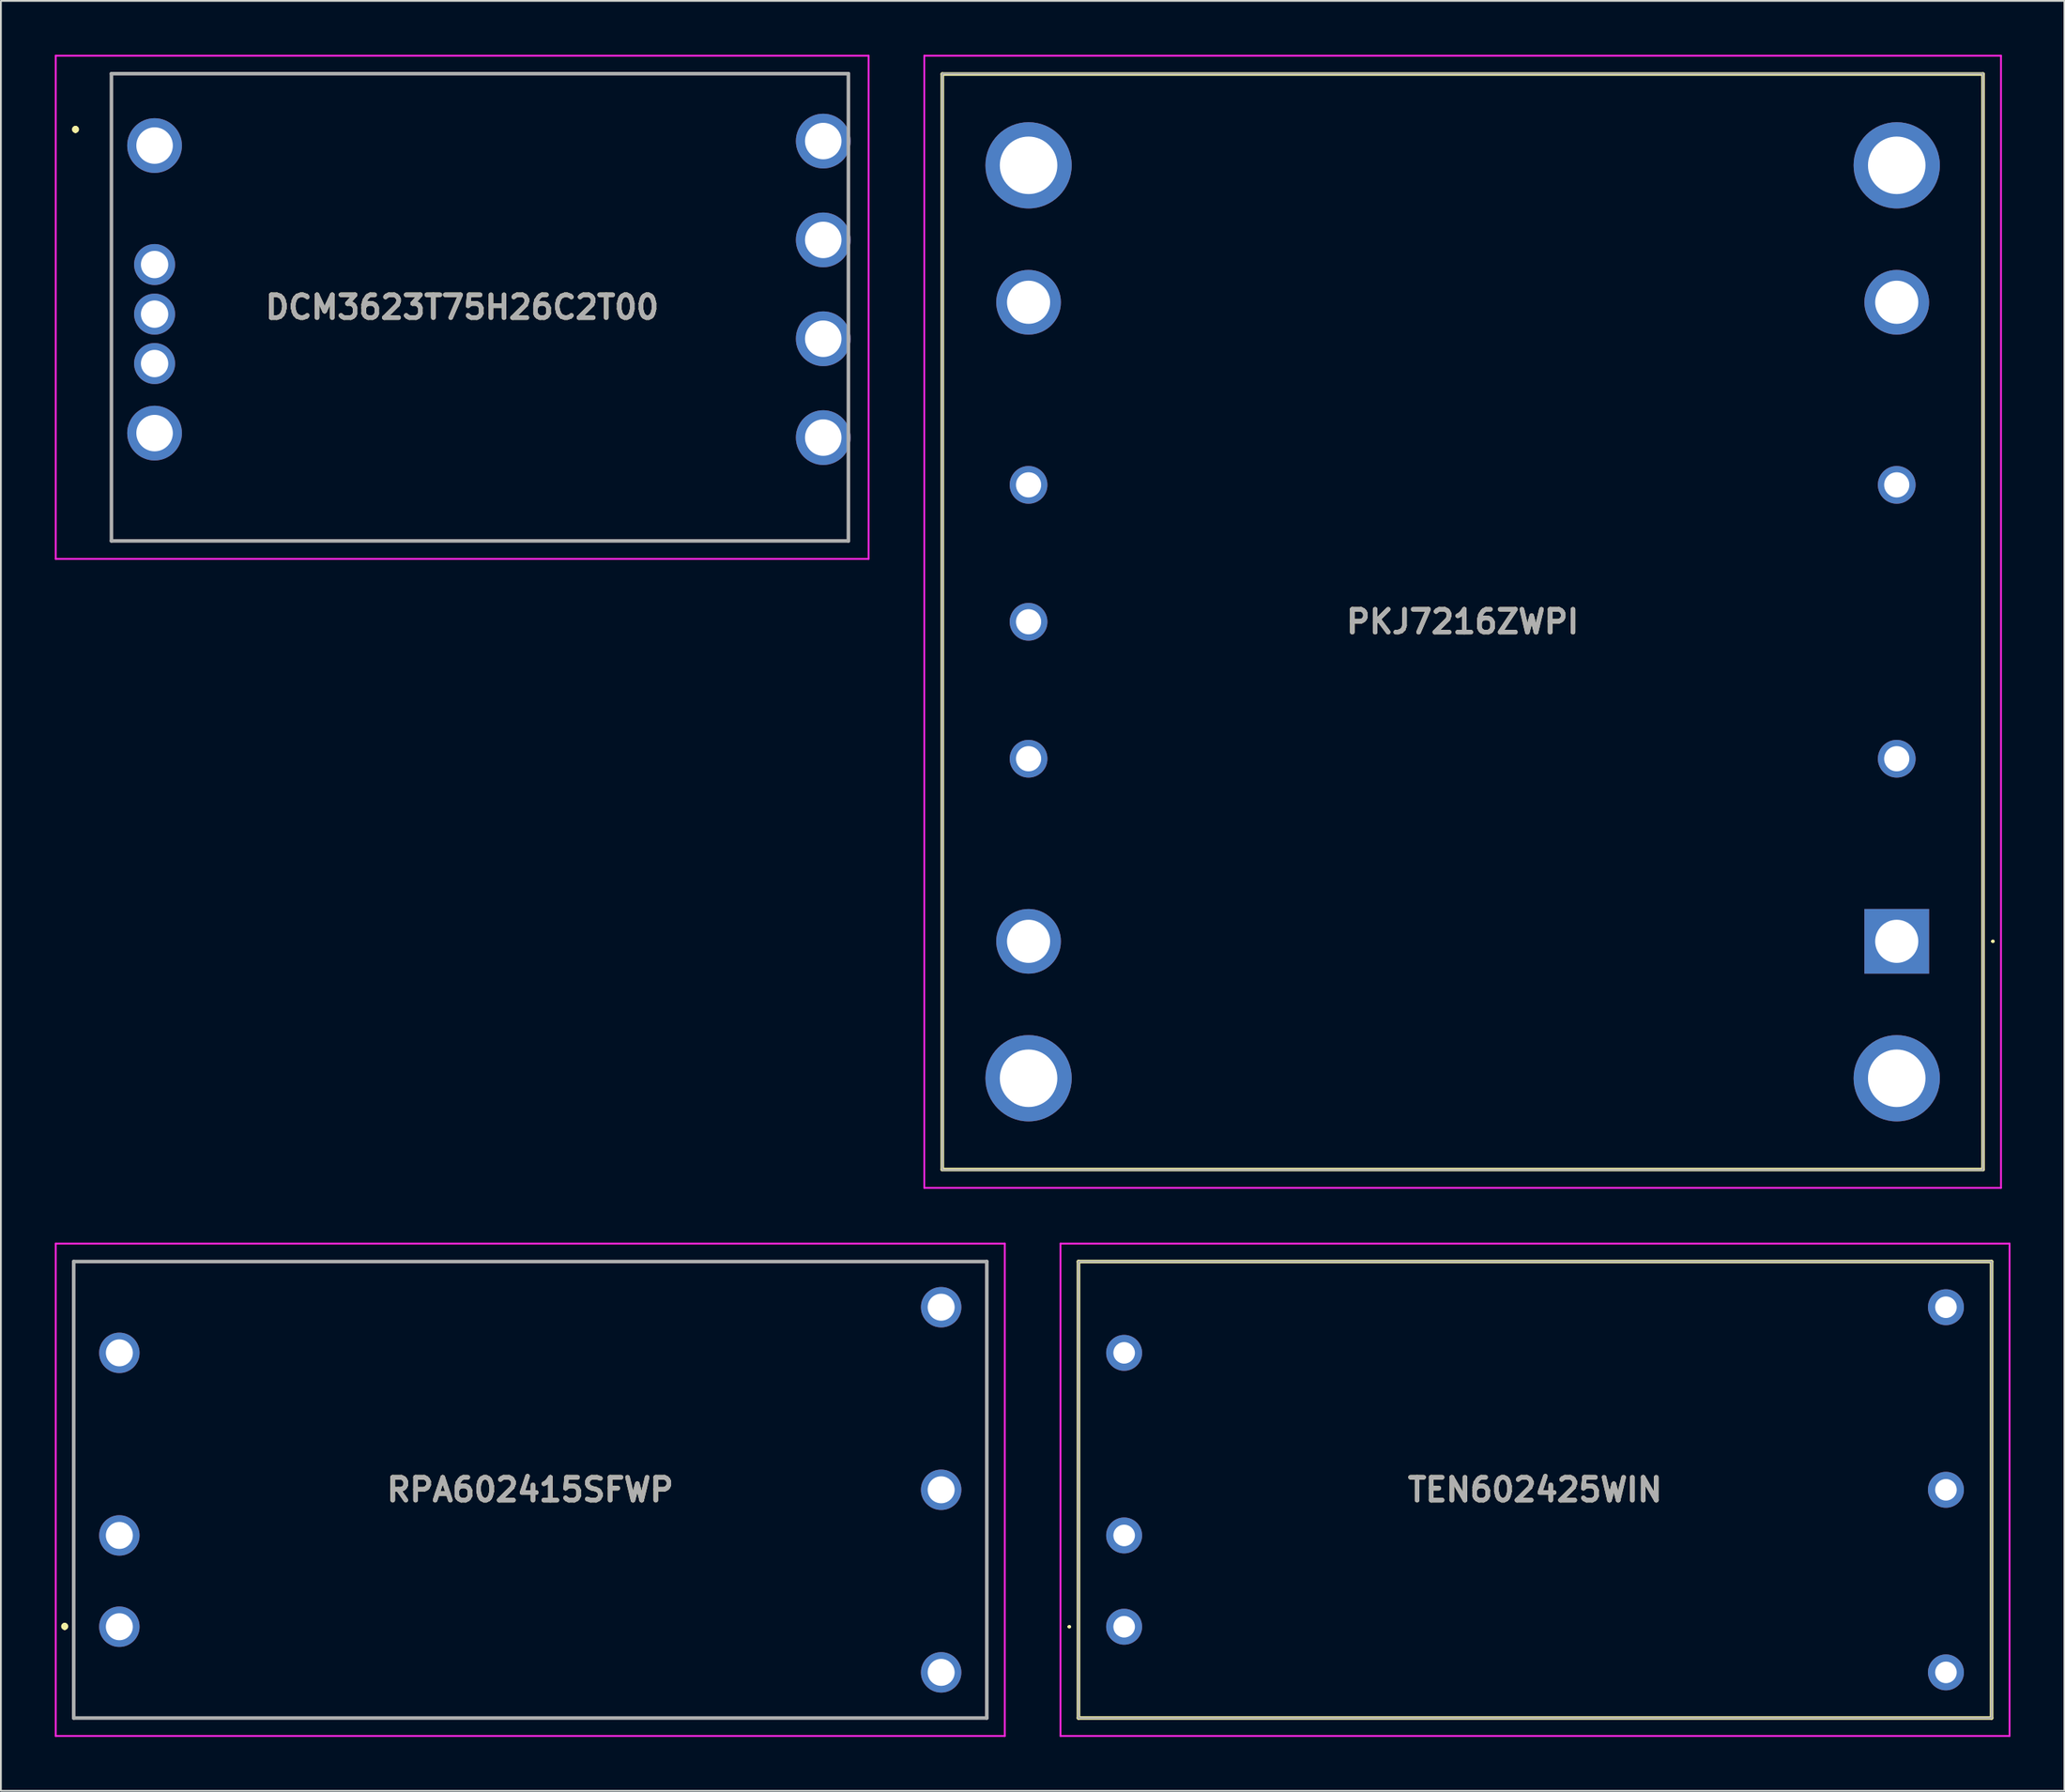
<source format=kicad_pcb>
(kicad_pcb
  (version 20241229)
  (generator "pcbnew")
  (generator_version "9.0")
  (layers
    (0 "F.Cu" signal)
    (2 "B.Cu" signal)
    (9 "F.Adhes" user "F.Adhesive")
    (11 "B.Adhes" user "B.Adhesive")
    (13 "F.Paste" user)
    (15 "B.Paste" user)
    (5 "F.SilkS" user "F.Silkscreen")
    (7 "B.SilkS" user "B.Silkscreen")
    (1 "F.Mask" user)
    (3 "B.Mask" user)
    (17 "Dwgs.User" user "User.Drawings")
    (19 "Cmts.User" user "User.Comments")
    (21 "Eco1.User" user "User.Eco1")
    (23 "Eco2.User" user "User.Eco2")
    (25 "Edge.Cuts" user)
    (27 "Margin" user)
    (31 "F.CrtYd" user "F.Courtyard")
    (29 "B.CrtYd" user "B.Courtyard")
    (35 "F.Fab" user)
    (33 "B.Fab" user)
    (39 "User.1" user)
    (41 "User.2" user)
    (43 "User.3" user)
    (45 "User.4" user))
  (footprint "PKJ7216ZWPI"
    (layer "F.Cu")
    (at 102.473 49.33)
    (property "Reference" "PKJ7216ZWPI" (at -24.15 -17.78 0) (layer "F.SilkS") (effects (font (size 1.27 1.27) (thickness 0.254))))
    (attr through_hole)
    (fp_line (start -53.1 -48.26) (end 4.8 -48.26) (stroke (width 0.2) (type solid)) (layer "F.SilkS"))
    (fp_line (start -53.1 12.7) (end -53.1 -48.26) (stroke (width 0.2) (type solid)) (layer "F.SilkS"))
    (fp_line (start 4.8 -48.26) (end 4.8 12.7) (stroke (width 0.2) (type solid)) (layer "F.SilkS"))
    (fp_line (start 4.8 12.7) (end -53.1 12.7) (stroke (width 0.2) (type solid)) (layer "F.SilkS"))
    (fp_line (start 5.3 0) (end 5.3 0) (stroke (width 0.1) (type solid)) (layer "F.SilkS"))
    (fp_line (start 5.4 0) (end 5.4 0) (stroke (width 0.1) (type solid)) (layer "F.SilkS"))
    (fp_arc (start 5.3 0) (mid 5.35 -0.05) (end 5.4 0) (stroke (width 0.1) (type solid)) (layer "F.SilkS"))
    (fp_arc (start 5.4 0) (mid 5.35 0.05) (end 5.3 0) (stroke (width 0.1) (type solid)) (layer "F.SilkS"))
    (fp_line (start -54.1 -49.28) (end 5.8 -49.28) (stroke (width 0.1) (type solid)) (layer "F.CrtYd"))
    (fp_line (start -54.1 13.72) (end -54.1 -49.28) (stroke (width 0.1) (type solid)) (layer "F.CrtYd"))
    (fp_line (start 5.8 -49.28) (end 5.8 13.72) (stroke (width 0.1) (type solid)) (layer "F.CrtYd"))
    (fp_line (start 5.8 13.72) (end -54.1 13.72) (stroke (width 0.1) (type solid)) (layer "F.CrtYd"))
    (fp_line (start -53.1 -48.28) (end 4.8 -48.28) (stroke (width 0.1) (type solid)) (layer "F.Fab"))
    (fp_line (start -53.1 12.72) (end -53.1 -48.28) (stroke (width 0.1) (type solid)) (layer "F.Fab"))
    (fp_line (start 4.8 -48.28) (end 4.8 12.72) (stroke (width 0.1) (type solid)) (layer "F.Fab"))
    (fp_line (start 4.8 12.72) (end -53.1 12.72) (stroke (width 0.1) (type solid)) (layer "F.Fab"))
    (fp_text user "${REFERENCE}" (at -24.15 -17.78 0) (layer "F.Fab") (effects (font (size 1.27 1.27) (thickness 0.254))))
    (pad "1" thru_hole rect (at 0 0) (size 3.6 3.6) (drill 2.4) (layers "*.Cu" "*.Mask"))
    (pad "2" thru_hole circle (at 0 -10.16) (size 2.1 2.1) (drill 1.4) (layers "*.Cu" "*.Mask"))
    (pad "3" thru_hole circle (at 0 -25.4) (size 2.1 2.1) (drill 1.4) (layers "*.Cu" "*.Mask"))
    (pad "4" thru_hole circle (at 0 -35.56) (size 3.6 3.6) (drill 2.4) (layers "*.Cu" "*.Mask"))
    (pad "5" thru_hole circle (at -48.3 -35.56) (size 3.6 3.6) (drill 2.4) (layers "*.Cu" "*.Mask"))
    (pad "6" thru_hole circle (at -48.3 -25.4) (size 2.1 2.1) (drill 1.4) (layers "*.Cu" "*.Mask"))
    (pad "7" thru_hole circle (at -48.3 -17.78) (size 2.1 2.1) (drill 1.4) (layers "*.Cu" "*.Mask"))
    (pad "8" thru_hole circle (at -48.3 -10.16) (size 2.1 2.1) (drill 1.4) (layers "*.Cu" "*.Mask"))
    (pad "9" thru_hole circle (at -48.3 0) (size 3.6 3.6) (drill 2.4) (layers "*.Cu" "*.Mask"))
    (pad "10" thru_hole circle (at 0 7.62) (size 4.8 4.8) (drill 3.2) (layers "*.Cu" "*.Mask"))
    (pad "11" thru_hole circle (at 0 -43.18) (size 4.8 4.8) (drill 3.2) (layers "*.Cu" "*.Mask"))
    (pad "12" thru_hole circle (at -48.3 -43.18) (size 4.8 4.8) (drill 3.2) (layers "*.Cu" "*.Mask"))
    (pad "13" thru_hole circle (at -48.3 7.62) (size 4.8 4.8) (drill 3.2) (layers "*.Cu" "*.Mask")))
  (footprint "RPA602415SFWP"
    (layer "F.Cu")
    (at 26.45 79.85)
    (property "Reference" "RPA602415SFWP" (at 0 0 0) (layer "F.SilkS") (effects (font (size 1.27 1.27) (thickness 0.254))))
    (attr through_hole)
    (fp_line (start -25.9 7.5) (end -25.9 7.5) (stroke (width 0.2) (type solid)) (layer "F.SilkS"))
    (fp_line (start -25.9 7.7) (end -25.9 7.7) (stroke (width 0.2) (type solid)) (layer "F.SilkS"))
    (fp_line (start -25.4 -12.7) (end 25.4 -12.7) (stroke (width 0.1) (type solid)) (layer "F.SilkS"))
    (fp_line (start -25.4 12.7) (end -25.4 -12.7) (stroke (width 0.1) (type solid)) (layer "F.SilkS"))
    (fp_line (start 25.4 -12.7) (end 25.4 12.7) (stroke (width 0.1) (type solid)) (layer "F.SilkS"))
    (fp_line (start 25.4 12.7) (end -25.4 12.7) (stroke (width 0.1) (type solid)) (layer "F.SilkS"))
    (fp_arc (start -25.9 7.5) (mid -25.8 7.6) (end -25.9 7.7) (stroke (width 0.2) (type solid)) (layer "F.SilkS"))
    (fp_arc (start -25.9 7.7) (mid -26 7.6) (end -25.9 7.5) (stroke (width 0.2) (type solid)) (layer "F.SilkS"))
    (fp_line (start -26.4 -13.7) (end 26.4 -13.7) (stroke (width 0.1) (type solid)) (layer "F.CrtYd"))
    (fp_line (start -26.4 13.7) (end -26.4 -13.7) (stroke (width 0.1) (type solid)) (layer "F.CrtYd"))
    (fp_line (start 26.4 -13.7) (end 26.4 13.7) (stroke (width 0.1) (type solid)) (layer "F.CrtYd"))
    (fp_line (start 26.4 13.7) (end -26.4 13.7) (stroke (width 0.1) (type solid)) (layer "F.CrtYd"))
    (fp_line (start -25.4 -12.7) (end 25.4 -12.7) (stroke (width 0.2) (type solid)) (layer "F.Fab"))
    (fp_line (start -25.4 12.7) (end -25.4 -12.7) (stroke (width 0.2) (type solid)) (layer "F.Fab"))
    (fp_line (start 25.4 -12.7) (end 25.4 12.7) (stroke (width 0.2) (type solid)) (layer "F.Fab"))
    (fp_line (start 25.4 12.7) (end -25.4 12.7) (stroke (width 0.2) (type solid)) (layer "F.Fab"))
    (fp_text user "${REFERENCE}" (at 0 0 0) (layer "F.Fab") (effects (font (size 1.27 1.27) (thickness 0.254))))
    (pad "1" thru_hole circle (at -22.86 7.62) (size 2.25 2.25) (drill 1.5) (layers "*.Cu" "*.Mask"))
    (pad "2" thru_hole circle (at -22.86 2.54) (size 2.25 2.25) (drill 1.5) (layers "*.Cu" "*.Mask"))
    (pad "3" thru_hole circle (at -22.86 -7.62) (size 2.25 2.25) (drill 1.5) (layers "*.Cu" "*.Mask"))
    (pad "4" thru_hole circle (at 22.86 -10.16) (size 2.25 2.25) (drill 1.5) (layers "*.Cu" "*.Mask"))
    (pad "5" thru_hole circle (at 22.86 0) (size 2.25 2.25) (drill 1.5) (layers "*.Cu" "*.Mask"))
    (pad "6" thru_hole circle (at 22.86 10.16) (size 2.25 2.25) (drill 1.5) (layers "*.Cu" "*.Mask")))
  (footprint "TEN602425WIN"
    (layer "F.Cu")
    (at 59.49 87.47)
    (property "Reference" "TEN602425WIN" (at 22.86 -7.62 0) (layer "F.SilkS") (effects (font (size 1.27 1.27) (thickness 0.254))))
    (attr through_hole)
    (fp_line (start -3.1 0) (end -3.1 0) (stroke (width 0.1) (type solid)) (layer "F.SilkS"))
    (fp_line (start -3 0) (end -3 0) (stroke (width 0.1) (type solid)) (layer "F.SilkS"))
    (fp_line (start -2.54 -20.32) (end 48.26 -20.32) (stroke (width 0.2) (type solid)) (layer "F.SilkS"))
    (fp_line (start -2.54 5.08) (end -2.54 -20.32) (stroke (width 0.2) (type solid)) (layer "F.SilkS"))
    (fp_line (start 48.26 -20.32) (end 48.26 5.08) (stroke (width 0.2) (type solid)) (layer "F.SilkS"))
    (fp_line (start 48.26 5.08) (end -2.54 5.08) (stroke (width 0.2) (type solid)) (layer "F.SilkS"))
    (fp_arc (start -3.1 0) (mid -3.05 -0.05) (end -3 0) (stroke (width 0.1) (type solid)) (layer "F.SilkS"))
    (fp_arc (start -3 0) (mid -3.05 0.05) (end -3.1 0) (stroke (width 0.1) (type solid)) (layer "F.SilkS"))
    (fp_line (start -3.54 -21.32) (end 49.26 -21.32) (stroke (width 0.1) (type solid)) (layer "F.CrtYd"))
    (fp_line (start -3.54 6.08) (end -3.54 -21.32) (stroke (width 0.1) (type solid)) (layer "F.CrtYd"))
    (fp_line (start 49.26 -21.32) (end 49.26 6.08) (stroke (width 0.1) (type solid)) (layer "F.CrtYd"))
    (fp_line (start 49.26 6.08) (end -3.54 6.08) (stroke (width 0.1) (type solid)) (layer "F.CrtYd"))
    (fp_line (start -2.54 -20.32) (end 48.26 -20.32) (stroke (width 0.1) (type solid)) (layer "F.Fab"))
    (fp_line (start -2.54 5.08) (end -2.54 -20.32) (stroke (width 0.1) (type solid)) (layer "F.Fab"))
    (fp_line (start 48.26 -20.32) (end 48.26 5.08) (stroke (width 0.1) (type solid)) (layer "F.Fab"))
    (fp_line (start 48.26 5.08) (end -2.54 5.08) (stroke (width 0.1) (type solid)) (layer "F.Fab"))
    (fp_text user "${REFERENCE}" (at 22.86 -7.62 0) (layer "F.Fab") (effects (font (size 1.27 1.27) (thickness 0.254))))
    (pad "1" thru_hole circle (at 0 0) (size 2 2) (drill 1.2) (layers "*.Cu" "*.Mask"))
    (pad "2" thru_hole circle (at 0 -5.08) (size 2 2) (drill 1.2) (layers "*.Cu" "*.Mask"))
    (pad "3" thru_hole circle (at 0 -15.24) (size 2 2) (drill 1.2) (layers "*.Cu" "*.Mask"))
    (pad "4" thru_hole circle (at 45.72 2.54) (size 2 2) (drill 1.2) (layers "*.Cu" "*.Mask"))
    (pad "5" thru_hole circle (at 45.72 -7.62) (size 2 2) (drill 1.2) (layers "*.Cu" "*.Mask"))
    (pad "6" thru_hole circle (at 45.72 -17.78) (size 2 2) (drill 1.2) (layers "*.Cu" "*.Mask")))
  (footprint "DCM3623T75H26C2T00"
    (layer "F.Cu")
    (at 24.15 13.05)
    (property "Reference" "DCM3623T75H26C2T00" (at -1.489 1 0) (layer "F.SilkS") (effects (font (size 1.27 1.27) (thickness 0.254))))
    (attr through_hole)
    (fp_line (start -23 -9) (end -23 -9) (stroke (width 0.2) (type solid)) (layer "F.SilkS"))
    (fp_line (start -23 -8.8) (end -23 -8.8) (stroke (width 0.2) (type solid)) (layer "F.SilkS"))
    (fp_line (start -21 -12) (end 20 -12) (stroke (width 0.1) (type solid)) (layer "F.SilkS"))
    (fp_line (start -21 14) (end -21 -12) (stroke (width 0.1) (type solid)) (layer "F.SilkS"))
    (fp_line (start 20 -12) (end 20 -10) (stroke (width 0.1) (type solid)) (layer "F.SilkS"))
    (fp_line (start 20 10) (end 20 14) (stroke (width 0.1) (type solid)) (layer "F.SilkS"))
    (fp_line (start 20 14) (end -21 14) (stroke (width 0.1) (type solid)) (layer "F.SilkS"))
    (fp_arc (start -23 -9) (mid -22.9 -8.9) (end -23 -8.8) (stroke (width 0.2) (type solid)) (layer "F.SilkS"))
    (fp_arc (start -23 -8.8) (mid -23.1 -8.9) (end -23 -9) (stroke (width 0.2) (type solid)) (layer "F.SilkS"))
    (fp_line (start -24.1 -13) (end 21.123 -13) (stroke (width 0.1) (type solid)) (layer "F.CrtYd"))
    (fp_line (start -24.1 15) (end -24.1 -13) (stroke (width 0.1) (type solid)) (layer "F.CrtYd"))
    (fp_line (start 21.123 -13) (end 21.123 15) (stroke (width 0.1) (type solid)) (layer "F.CrtYd"))
    (fp_line (start 21.123 15) (end -24.1 15) (stroke (width 0.1) (type solid)) (layer "F.CrtYd"))
    (fp_line (start -21 -12) (end 20 -12) (stroke (width 0.2) (type solid)) (layer "F.Fab"))
    (fp_line (start -21 14) (end -21 -12) (stroke (width 0.2) (type solid)) (layer "F.Fab"))
    (fp_line (start 20 -12) (end 20 14) (stroke (width 0.2) (type solid)) (layer "F.Fab"))
    (fp_line (start 20 14) (end -21 14) (stroke (width 0.2) (type solid)) (layer "F.Fab"))
    (fp_text user "${REFERENCE}" (at -1.489 1 0) (layer "F.Fab") (effects (font (size 1.27 1.27) (thickness 0.254))))
    (pad "A1" thru_hole circle (at -18.6 -8) (size 3.045 3.045) (drill 2.03) (layers "*.Cu" "*.Mask"))
    (pad "A2" thru_hole circle (at 18.6 -8.25) (size 3.045 3.045) (drill 2.03) (layers "*.Cu" "*.Mask"))
    (pad "B1" thru_hole circle (at -18.6 -1.38) (size 2.28 2.28) (drill 1.52) (layers "*.Cu" "*.Mask"))
    (pad "B2" thru_hole circle (at 18.6 -2.75) (size 3.045 3.045) (drill 2.03) (layers "*.Cu" "*.Mask"))
    (pad "C1" thru_hole circle (at -18.6 1.38) (size 2.28 2.28) (drill 1.52) (layers "*.Cu" "*.Mask"))
    (pad "C2" thru_hole circle (at 18.6 2.75) (size 3.045 3.045) (drill 2.03) (layers "*.Cu" "*.Mask"))
    (pad "D1" thru_hole circle (at -18.6 4.13) (size 2.28 2.28) (drill 1.52) (layers "*.Cu" "*.Mask"))
    (pad "D2" thru_hole circle (at 18.6 8.25) (size 3.045 3.045) (drill 2.03) (layers "*.Cu" "*.Mask"))
    (pad "E1" thru_hole circle (at -18.6 8) (size 3.045 3.045) (drill 2.03) (layers "*.Cu" "*.Mask")))
  (gr_rect
    (start -3 -3)
    (end 111.8 96.6)
    (stroke (width 0.1) (type default))
    (fill no)
    (layer "Edge.Cuts")))
</source>
